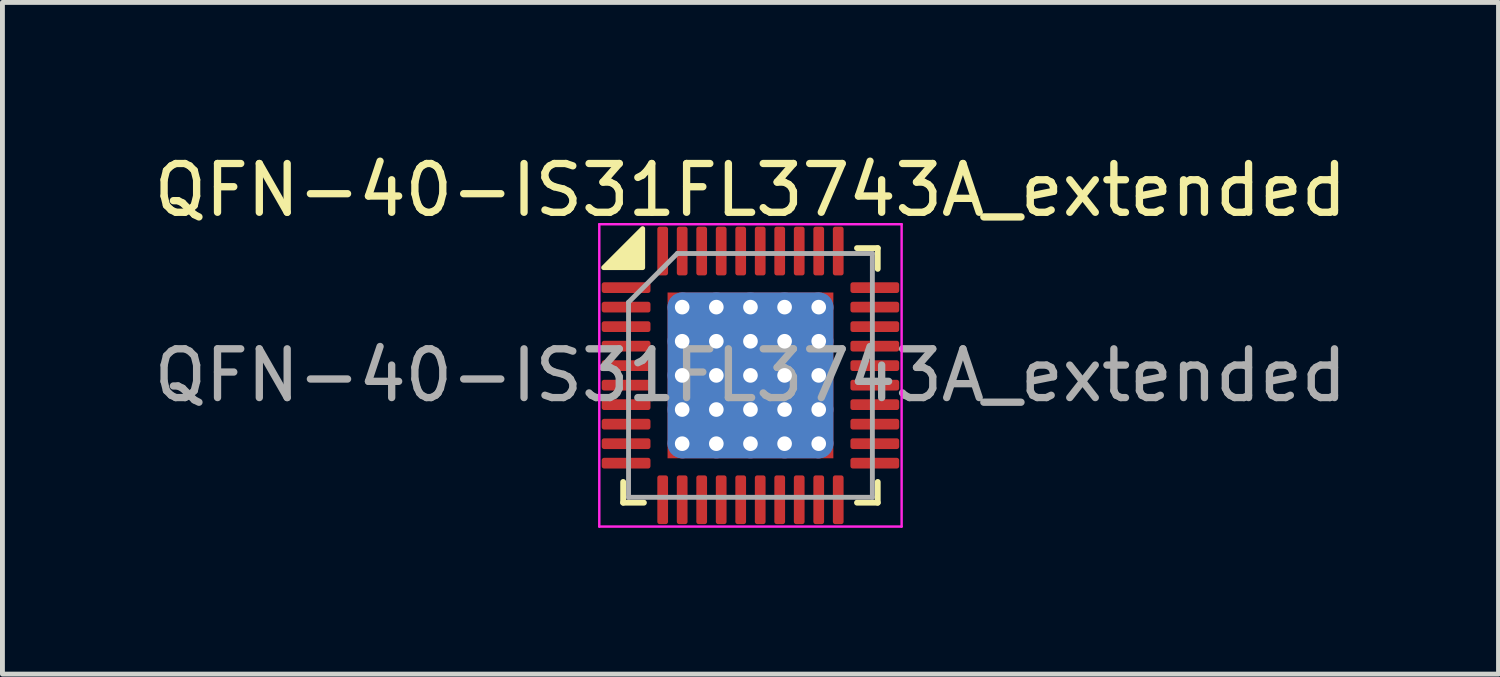
<source format=kicad_pcb>
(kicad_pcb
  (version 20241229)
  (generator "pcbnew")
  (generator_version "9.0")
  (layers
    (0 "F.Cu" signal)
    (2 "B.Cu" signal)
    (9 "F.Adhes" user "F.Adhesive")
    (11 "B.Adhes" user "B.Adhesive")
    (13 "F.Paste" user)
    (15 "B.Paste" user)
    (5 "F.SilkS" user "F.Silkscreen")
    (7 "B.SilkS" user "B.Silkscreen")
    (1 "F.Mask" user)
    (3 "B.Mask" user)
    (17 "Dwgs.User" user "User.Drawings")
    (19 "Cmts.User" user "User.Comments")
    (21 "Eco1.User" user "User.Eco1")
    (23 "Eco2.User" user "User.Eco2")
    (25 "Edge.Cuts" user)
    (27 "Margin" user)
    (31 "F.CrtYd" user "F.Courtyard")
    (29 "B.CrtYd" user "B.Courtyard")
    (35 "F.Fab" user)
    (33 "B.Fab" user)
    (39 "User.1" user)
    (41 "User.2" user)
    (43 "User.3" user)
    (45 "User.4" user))
  (footprint "QFN-40-IS31FL3743A_extended"
    (layer "F.Cu")
    (at 12.339 4.648)
    (property "Reference" "QFN-40-IS31FL3743A_extended" (at 0 -3.8 0) (layer "F.SilkS") (effects (font (size 1 1) (thickness 0.15))))
    (attr smd)
    (fp_line (start -2.61 2.61) (end -2.61 2.185) (stroke (width 0.12) (type solid)) (layer "F.SilkS"))
    (fp_line (start -2.185 2.61) (end -2.61 2.61) (stroke (width 0.12) (type solid)) (layer "F.SilkS"))
    (fp_line (start 2.185 -2.61) (end 2.61 -2.61) (stroke (width 0.12) (type solid)) (layer "F.SilkS"))
    (fp_line (start 2.185 2.61) (end 2.61 2.61) (stroke (width 0.12) (type solid)) (layer "F.SilkS"))
    (fp_line (start 2.61 -2.61) (end 2.61 -2.185) (stroke (width 0.12) (type solid)) (layer "F.SilkS"))
    (fp_line (start 2.61 2.61) (end 2.61 2.185) (stroke (width 0.12) (type solid)) (layer "F.SilkS"))
    (fp_poly (pts (xy -2.21 -2.21) (xy -3.01 -2.21) (xy -2.21 -3.01)) (stroke (width 0.1) (type solid)) (fill yes) (layer "F.SilkS"))
    (fp_line (start -3.1 -3.1) (end -3.1 3.1) (stroke (width 0.05) (type solid)) (layer "F.CrtYd"))
    (fp_line (start -3.1 3.1) (end 3.1 3.1) (stroke (width 0.05) (type solid)) (layer "F.CrtYd"))
    (fp_line (start 3.1 -3.1) (end -3.1 -3.1) (stroke (width 0.05) (type solid)) (layer "F.CrtYd"))
    (fp_line (start 3.1 3.1) (end 3.1 -3.1) (stroke (width 0.05) (type solid)) (layer "F.CrtYd"))
    (fp_line (start -2.5 -1.5) (end -1.5 -2.5) (stroke (width 0.1) (type solid)) (layer "F.Fab"))
    (fp_line (start -2.5 2.5) (end -2.5 -1.5) (stroke (width 0.1) (type solid)) (layer "F.Fab"))
    (fp_line (start -1.5 -2.5) (end 2.5 -2.5) (stroke (width 0.1) (type solid)) (layer "F.Fab"))
    (fp_line (start 2.5 -2.5) (end 2.5 2.5) (stroke (width 0.1) (type solid)) (layer "F.Fab"))
    (fp_line (start 2.5 2.5) (end -2.5 2.5) (stroke (width 0.1) (type solid)) (layer "F.Fab"))
    (fp_text user "${REFERENCE}" (at 0 0 0) (layer "F.Fab") (effects (font (size 1 1) (thickness 0.15))))
    (pad "" smd roundrect (at -1.2 -1.2) (size 0.97 0.97) (layers "F.Paste") (roundrect_rratio 0.25))
    (pad "" smd roundrect (at -1.2 0) (size 0.97 0.97) (layers "F.Paste") (roundrect_rratio 0.25))
    (pad "" smd roundrect (at -1.2 1.2) (size 0.97 0.97) (layers "F.Paste") (roundrect_rratio 0.25))
    (pad "" smd roundrect (at 0 -1.2) (size 0.97 0.97) (layers "F.Paste") (roundrect_rratio 0.25))
    (pad "" smd roundrect (at 0 0) (size 0.97 0.97) (layers "F.Paste") (roundrect_rratio 0.25))
    (pad "" smd roundrect (at 0 1.2) (size 0.97 0.97) (layers "F.Paste") (roundrect_rratio 0.25))
    (pad "" smd roundrect (at 1.2 -1.2) (size 0.97 0.97) (layers "F.Paste") (roundrect_rratio 0.25))
    (pad "" smd roundrect (at 1.2 0) (size 0.97 0.97) (layers "F.Paste") (roundrect_rratio 0.25))
    (pad "" smd roundrect (at 1.2 1.2) (size 0.97 0.97) (layers "F.Paste") (roundrect_rratio 0.25))
    (pad "1" smd roundrect (at -2.55 -1.8) (size 1 0.22) (layers "F.Cu" "F.Mask" "F.Paste") (roundrect_rratio 0.22))
    (pad "2" smd roundrect (at -2.55 -1.4) (size 1 0.22) (layers "F.Cu" "F.Mask" "F.Paste") (roundrect_rratio 0.22))
    (pad "3" smd roundrect (at -2.55 -1) (size 1 0.22) (layers "F.Cu" "F.Mask" "F.Paste") (roundrect_rratio 0.22))
    (pad "4" smd roundrect (at -2.55 -0.6) (size 1 0.22) (layers "F.Cu" "F.Mask" "F.Paste") (roundrect_rratio 0.22))
    (pad "5" smd roundrect (at -2.55 -0.2) (size 1 0.22) (layers "F.Cu" "F.Mask" "F.Paste") (roundrect_rratio 0.22))
    (pad "6" smd roundrect (at -2.55 0.2) (size 1 0.22) (layers "F.Cu" "F.Mask" "F.Paste") (roundrect_rratio 0.22))
    (pad "7" smd roundrect (at -2.55 0.6) (size 1 0.22) (layers "F.Cu" "F.Mask" "F.Paste") (roundrect_rratio 0.22))
    (pad "8" smd roundrect (at -2.55 1) (size 1 0.22) (layers "F.Cu" "F.Mask" "F.Paste") (roundrect_rratio 0.22))
    (pad "9" smd roundrect (at -2.55 1.4) (size 1 0.22) (layers "F.Cu" "F.Mask" "F.Paste") (roundrect_rratio 0.22))
    (pad "10" smd roundrect (at -2.55 1.8) (size 1 0.22) (layers "F.Cu" "F.Mask" "F.Paste") (roundrect_rratio 0.22))
    (pad "11" smd roundrect (at -1.8 2.55) (size 0.22 1) (layers "F.Cu" "F.Mask" "F.Paste") (roundrect_rratio 0.22))
    (pad "12" smd roundrect (at -1.4 2.55) (size 0.22 1) (layers "F.Cu" "F.Mask" "F.Paste") (roundrect_rratio 0.22))
    (pad "13" smd roundrect (at -1 2.55) (size 0.22 1) (layers "F.Cu" "F.Mask" "F.Paste") (roundrect_rratio 0.22))
    (pad "14" smd roundrect (at -0.6 2.55) (size 0.22 1) (layers "F.Cu" "F.Mask" "F.Paste") (roundrect_rratio 0.22))
    (pad "15" smd roundrect (at -0.2 2.55) (size 0.22 1) (layers "F.Cu" "F.Mask" "F.Paste") (roundrect_rratio 0.22))
    (pad "16" smd roundrect (at 0.2 2.55) (size 0.22 1) (layers "F.Cu" "F.Mask" "F.Paste") (roundrect_rratio 0.22))
    (pad "17" smd roundrect (at 0.6 2.55) (size 0.22 1) (layers "F.Cu" "F.Mask" "F.Paste") (roundrect_rratio 0.22))
    (pad "18" smd roundrect (at 1 2.55) (size 0.22 1) (layers "F.Cu" "F.Mask" "F.Paste") (roundrect_rratio 0.22))
    (pad "19" smd roundrect (at 1.4 2.55) (size 0.22 1) (layers "F.Cu" "F.Mask" "F.Paste") (roundrect_rratio 0.22))
    (pad "20" smd roundrect (at 1.8 2.55) (size 0.22 1) (layers "F.Cu" "F.Mask" "F.Paste") (roundrect_rratio 0.22))
    (pad "21" smd roundrect (at 2.55 1.8) (size 1 0.22) (layers "F.Cu" "F.Mask" "F.Paste") (roundrect_rratio 0.22))
    (pad "22" smd roundrect (at 2.55 1.4) (size 1 0.22) (layers "F.Cu" "F.Mask" "F.Paste") (roundrect_rratio 0.22))
    (pad "23" smd roundrect (at 2.55 1) (size 1 0.22) (layers "F.Cu" "F.Mask" "F.Paste") (roundrect_rratio 0.22))
    (pad "24" smd roundrect (at 2.55 0.6) (size 1 0.22) (layers "F.Cu" "F.Mask" "F.Paste") (roundrect_rratio 0.22))
    (pad "25" smd roundrect (at 2.55 0.2) (size 1 0.22) (layers "F.Cu" "F.Mask" "F.Paste") (roundrect_rratio 0.22))
    (pad "26" smd roundrect (at 2.55 -0.2) (size 1 0.22) (layers "F.Cu" "F.Mask" "F.Paste") (roundrect_rratio 0.22))
    (pad "27" smd roundrect (at 2.55 -0.6) (size 1 0.22) (layers "F.Cu" "F.Mask" "F.Paste") (roundrect_rratio 0.22))
    (pad "28" smd roundrect (at 2.55 -1) (size 1 0.22) (layers "F.Cu" "F.Mask" "F.Paste") (roundrect_rratio 0.22))
    (pad "29" smd roundrect (at 2.55 -1.4) (size 1 0.22) (layers "F.Cu" "F.Mask" "F.Paste") (roundrect_rratio 0.22))
    (pad "30" smd roundrect (at 2.55 -1.8) (size 1 0.22) (layers "F.Cu" "F.Mask" "F.Paste") (roundrect_rratio 0.22))
    (pad "31" smd roundrect (at 1.8 -2.55) (size 0.22 1) (layers "F.Cu" "F.Mask" "F.Paste") (roundrect_rratio 0.22))
    (pad "32" smd roundrect (at 1.4 -2.55) (size 0.22 1) (layers "F.Cu" "F.Mask" "F.Paste") (roundrect_rratio 0.22))
    (pad "33" smd roundrect (at 1 -2.55) (size 0.22 1) (layers "F.Cu" "F.Mask" "F.Paste") (roundrect_rratio 0.22))
    (pad "34" smd roundrect (at 0.6 -2.55) (size 0.22 1) (layers "F.Cu" "F.Mask" "F.Paste") (roundrect_rratio 0.22))
    (pad "35" smd roundrect (at 0.2 -2.55) (size 0.22 1) (layers "F.Cu" "F.Mask" "F.Paste") (roundrect_rratio 0.22))
    (pad "36" smd roundrect (at -0.2 -2.55) (size 0.22 1) (layers "F.Cu" "F.Mask" "F.Paste") (roundrect_rratio 0.22))
    (pad "37" smd roundrect (at -0.6 -2.55) (size 0.22 1) (layers "F.Cu" "F.Mask" "F.Paste") (roundrect_rratio 0.22))
    (pad "38" smd roundrect (at -1 -2.55) (size 0.22 1) (layers "F.Cu" "F.Mask" "F.Paste") (roundrect_rratio 0.22))
    (pad "39" smd roundrect (at -1.4 -2.55) (size 0.22 1) (layers "F.Cu" "F.Mask" "F.Paste") (roundrect_rratio 0.22))
    (pad "40" smd roundrect (at -1.8 -2.55) (size 0.22 1) (layers "F.Cu" "F.Mask" "F.Paste") (roundrect_rratio 0.22))
    (pad "41" thru_hole circle (at -1.4 -1.4) (size 0.6 0.6) (drill 0.3) (layers "*.Cu"))
    (pad "41" thru_hole circle (at -1.4 -0.7) (size 0.6 0.6) (drill 0.3) (layers "*.Cu"))
    (pad "41" thru_hole circle (at -1.4 0) (size 0.6 0.6) (drill 0.3) (layers "*.Cu"))
    (pad "41" thru_hole circle (at -1.4 0.7) (size 0.6 0.6) (drill 0.3) (layers "*.Cu"))
    (pad "41" thru_hole circle (at -1.4 1.4) (size 0.6 0.6) (drill 0.3) (layers "*.Cu"))
    (pad "41" thru_hole circle (at -0.7 -1.4) (size 0.6 0.6) (drill 0.3) (layers "*.Cu"))
    (pad "41" thru_hole circle (at -0.7 -0.7) (size 0.6 0.6) (drill 0.3) (layers "*.Cu"))
    (pad "41" thru_hole circle (at -0.7 0) (size 0.6 0.6) (drill 0.3) (layers "*.Cu"))
    (pad "41" thru_hole circle (at -0.7 0.7) (size 0.6 0.6) (drill 0.3) (layers "*.Cu"))
    (pad "41" thru_hole circle (at -0.7 1.4) (size 0.6 0.6) (drill 0.3) (layers "*.Cu"))
    (pad "41" thru_hole circle (at 0 -1.4) (size 0.6 0.6) (drill 0.3) (layers "*.Cu"))
    (pad "41" thru_hole circle (at 0 -0.7) (size 0.6 0.6) (drill 0.3) (layers "*.Cu"))
    (pad "41" thru_hole circle (at 0 0) (size 0.6 0.6) (drill 0.3) (layers "*.Cu"))
    (pad "41" smd rect (at 0 0) (size 3.4 3.4) (layers "F.Cu" "F.Mask"))
    (pad "41" smd roundrect (at 0 0) (size 3.4 3.4) (layers "B.Cu" "B.Mask") (roundrect_rratio 0.088))
    (pad "41" thru_hole circle (at 0 0.7) (size 0.6 0.6) (drill 0.3) (layers "*.Cu"))
    (pad "41" thru_hole circle (at 0 1.4) (size 0.6 0.6) (drill 0.3) (layers "*.Cu"))
    (pad "41" thru_hole circle (at 0.7 -1.4) (size 0.6 0.6) (drill 0.3) (layers "*.Cu"))
    (pad "41" thru_hole circle (at 0.7 -0.7) (size 0.6 0.6) (drill 0.3) (layers "*.Cu"))
    (pad "41" thru_hole circle (at 0.7 0) (size 0.6 0.6) (drill 0.3) (layers "*.Cu"))
    (pad "41" thru_hole circle (at 0.7 0.7) (size 0.6 0.6) (drill 0.3) (layers "*.Cu"))
    (pad "41" thru_hole circle (at 0.7 1.4) (size 0.6 0.6) (drill 0.3) (layers "*.Cu"))
    (pad "41" thru_hole circle (at 1.4 -1.4) (size 0.6 0.6) (drill 0.3) (layers "*.Cu"))
    (pad "41" thru_hole circle (at 1.4 -0.7) (size 0.6 0.6) (drill 0.3) (layers "*.Cu"))
    (pad "41" thru_hole circle (at 1.4 0) (size 0.6 0.6) (drill 0.3) (layers "*.Cu"))
    (pad "41" thru_hole circle (at 1.4 0.7) (size 0.6 0.6) (drill 0.3) (layers "*.Cu"))
    (pad "41" thru_hole circle (at 1.4 1.4) (size 0.6 0.6) (drill 0.3) (layers "*.Cu")))
  (gr_rect
    (start -3 -3)
    (end 27.679 10.773)
    (stroke (width 0.1) (type default))
    (fill no)
    (layer "Edge.Cuts")))
</source>
